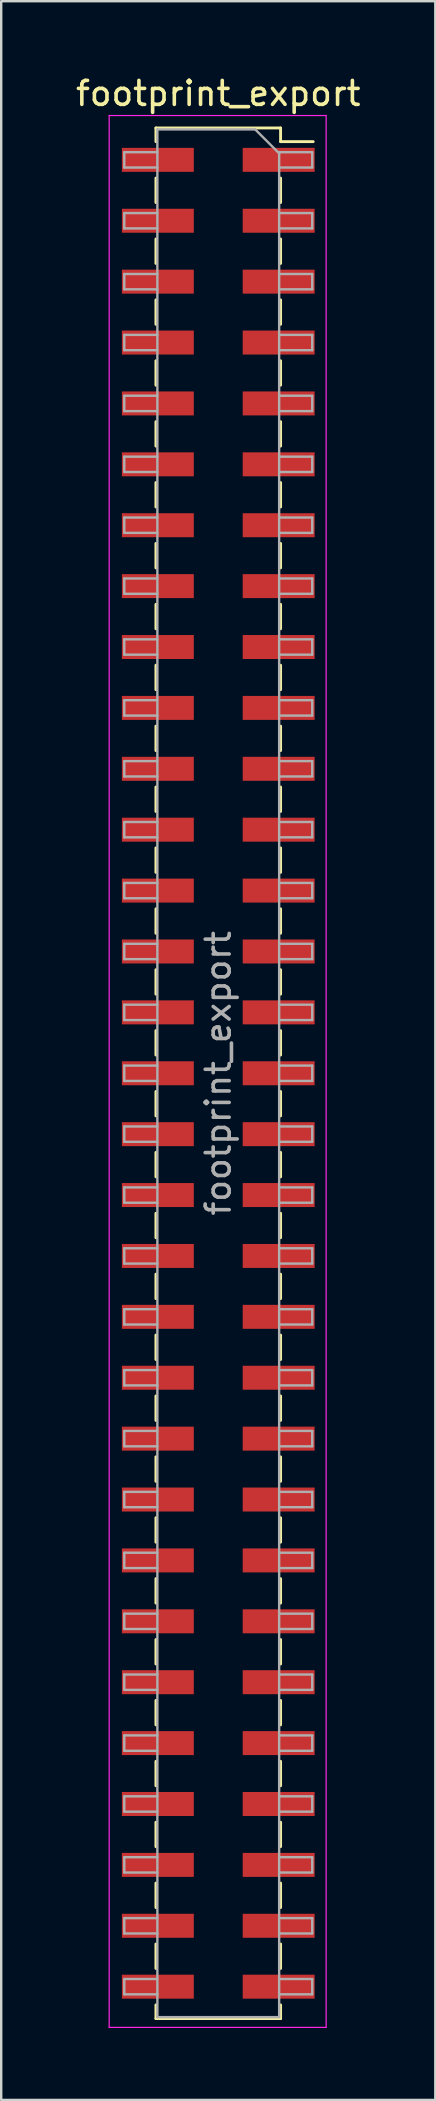
<source format=kicad_pcb>
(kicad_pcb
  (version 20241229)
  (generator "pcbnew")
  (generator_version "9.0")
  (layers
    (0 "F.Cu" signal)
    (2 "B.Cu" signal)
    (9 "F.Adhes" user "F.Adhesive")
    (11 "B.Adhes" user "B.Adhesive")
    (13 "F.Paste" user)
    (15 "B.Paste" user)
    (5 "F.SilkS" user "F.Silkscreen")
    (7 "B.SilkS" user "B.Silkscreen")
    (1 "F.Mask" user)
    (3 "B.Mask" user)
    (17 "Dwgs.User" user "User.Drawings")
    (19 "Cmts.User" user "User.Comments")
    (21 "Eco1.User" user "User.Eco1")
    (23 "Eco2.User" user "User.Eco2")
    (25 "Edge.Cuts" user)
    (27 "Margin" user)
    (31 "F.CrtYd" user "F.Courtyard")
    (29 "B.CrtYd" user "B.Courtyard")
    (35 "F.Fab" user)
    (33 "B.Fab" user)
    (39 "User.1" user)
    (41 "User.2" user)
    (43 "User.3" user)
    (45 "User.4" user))
  (footprint "footprint_export"
    (layer "F.Cu")
    (at 6.054 41.718)
    (property "Reference" "footprint_export" (at 0 -40.87 0) (layer "F.SilkS") (effects (font (size 1 1) (thickness 0.15))))
    (attr smd)
    (fp_line (start -2.6 -39.43) (end -2.6 -38.86) (stroke (width 0.12) (type solid)) (layer "F.SilkS"))
    (fp_line (start -2.6 -39.43) (end 2.6 -39.43) (stroke (width 0.12) (type solid)) (layer "F.SilkS"))
    (fp_line (start -2.6 -37.34) (end -2.6 -36.32) (stroke (width 0.12) (type solid)) (layer "F.SilkS"))
    (fp_line (start -2.6 -34.8) (end -2.6 -33.78) (stroke (width 0.12) (type solid)) (layer "F.SilkS"))
    (fp_line (start -2.6 -32.26) (end -2.6 -31.24) (stroke (width 0.12) (type solid)) (layer "F.SilkS"))
    (fp_line (start -2.6 -29.72) (end -2.6 -28.7) (stroke (width 0.12) (type solid)) (layer "F.SilkS"))
    (fp_line (start -2.6 -27.18) (end -2.6 -26.16) (stroke (width 0.12) (type solid)) (layer "F.SilkS"))
    (fp_line (start -2.6 -24.64) (end -2.6 -23.62) (stroke (width 0.12) (type solid)) (layer "F.SilkS"))
    (fp_line (start -2.6 -22.1) (end -2.6 -21.08) (stroke (width 0.12) (type solid)) (layer "F.SilkS"))
    (fp_line (start -2.6 -19.56) (end -2.6 -18.54) (stroke (width 0.12) (type solid)) (layer "F.SilkS"))
    (fp_line (start -2.6 -17.02) (end -2.6 -16) (stroke (width 0.12) (type solid)) (layer "F.SilkS"))
    (fp_line (start -2.6 -14.48) (end -2.6 -13.46) (stroke (width 0.12) (type solid)) (layer "F.SilkS"))
    (fp_line (start -2.6 -11.94) (end -2.6 -10.92) (stroke (width 0.12) (type solid)) (layer "F.SilkS"))
    (fp_line (start -2.6 -9.4) (end -2.6 -8.38) (stroke (width 0.12) (type solid)) (layer "F.SilkS"))
    (fp_line (start -2.6 -6.86) (end -2.6 -5.84) (stroke (width 0.12) (type solid)) (layer "F.SilkS"))
    (fp_line (start -2.6 -4.32) (end -2.6 -3.3) (stroke (width 0.12) (type solid)) (layer "F.SilkS"))
    (fp_line (start -2.6 -1.78) (end -2.6 -0.76) (stroke (width 0.12) (type solid)) (layer "F.SilkS"))
    (fp_line (start -2.6 0.76) (end -2.6 1.78) (stroke (width 0.12) (type solid)) (layer "F.SilkS"))
    (fp_line (start -2.6 3.3) (end -2.6 4.32) (stroke (width 0.12) (type solid)) (layer "F.SilkS"))
    (fp_line (start -2.6 5.84) (end -2.6 6.86) (stroke (width 0.12) (type solid)) (layer "F.SilkS"))
    (fp_line (start -2.6 8.38) (end -2.6 9.4) (stroke (width 0.12) (type solid)) (layer "F.SilkS"))
    (fp_line (start -2.6 10.92) (end -2.6 11.94) (stroke (width 0.12) (type solid)) (layer "F.SilkS"))
    (fp_line (start -2.6 13.46) (end -2.6 14.48) (stroke (width 0.12) (type solid)) (layer "F.SilkS"))
    (fp_line (start -2.6 16) (end -2.6 17.02) (stroke (width 0.12) (type solid)) (layer "F.SilkS"))
    (fp_line (start -2.6 18.54) (end -2.6 19.56) (stroke (width 0.12) (type solid)) (layer "F.SilkS"))
    (fp_line (start -2.6 21.08) (end -2.6 22.1) (stroke (width 0.12) (type solid)) (layer "F.SilkS"))
    (fp_line (start -2.6 23.62) (end -2.6 24.64) (stroke (width 0.12) (type solid)) (layer "F.SilkS"))
    (fp_line (start -2.6 26.16) (end -2.6 27.18) (stroke (width 0.12) (type solid)) (layer "F.SilkS"))
    (fp_line (start -2.6 28.7) (end -2.6 29.72) (stroke (width 0.12) (type solid)) (layer "F.SilkS"))
    (fp_line (start -2.6 31.24) (end -2.6 32.26) (stroke (width 0.12) (type solid)) (layer "F.SilkS"))
    (fp_line (start -2.6 33.78) (end -2.6 34.8) (stroke (width 0.12) (type solid)) (layer "F.SilkS"))
    (fp_line (start -2.6 36.32) (end -2.6 37.34) (stroke (width 0.12) (type solid)) (layer "F.SilkS"))
    (fp_line (start -2.6 38.86) (end -2.6 39.43) (stroke (width 0.12) (type solid)) (layer "F.SilkS"))
    (fp_line (start -2.6 39.43) (end 2.6 39.43) (stroke (width 0.12) (type solid)) (layer "F.SilkS"))
    (fp_line (start 2.6 -39.43) (end 2.6 -38.86) (stroke (width 0.12) (type solid)) (layer "F.SilkS"))
    (fp_line (start 2.6 -38.86) (end 3.96 -38.86) (stroke (width 0.12) (type solid)) (layer "F.SilkS"))
    (fp_line (start 2.6 -37.34) (end 2.6 -36.32) (stroke (width 0.12) (type solid)) (layer "F.SilkS"))
    (fp_line (start 2.6 -34.8) (end 2.6 -33.78) (stroke (width 0.12) (type solid)) (layer "F.SilkS"))
    (fp_line (start 2.6 -32.26) (end 2.6 -31.24) (stroke (width 0.12) (type solid)) (layer "F.SilkS"))
    (fp_line (start 2.6 -29.72) (end 2.6 -28.7) (stroke (width 0.12) (type solid)) (layer "F.SilkS"))
    (fp_line (start 2.6 -27.18) (end 2.6 -26.16) (stroke (width 0.12) (type solid)) (layer "F.SilkS"))
    (fp_line (start 2.6 -24.64) (end 2.6 -23.62) (stroke (width 0.12) (type solid)) (layer "F.SilkS"))
    (fp_line (start 2.6 -22.1) (end 2.6 -21.08) (stroke (width 0.12) (type solid)) (layer "F.SilkS"))
    (fp_line (start 2.6 -19.56) (end 2.6 -18.54) (stroke (width 0.12) (type solid)) (layer "F.SilkS"))
    (fp_line (start 2.6 -17.02) (end 2.6 -16) (stroke (width 0.12) (type solid)) (layer "F.SilkS"))
    (fp_line (start 2.6 -14.48) (end 2.6 -13.46) (stroke (width 0.12) (type solid)) (layer "F.SilkS"))
    (fp_line (start 2.6 -11.94) (end 2.6 -10.92) (stroke (width 0.12) (type solid)) (layer "F.SilkS"))
    (fp_line (start 2.6 -9.4) (end 2.6 -8.38) (stroke (width 0.12) (type solid)) (layer "F.SilkS"))
    (fp_line (start 2.6 -6.86) (end 2.6 -5.84) (stroke (width 0.12) (type solid)) (layer "F.SilkS"))
    (fp_line (start 2.6 -4.32) (end 2.6 -3.3) (stroke (width 0.12) (type solid)) (layer "F.SilkS"))
    (fp_line (start 2.6 -1.78) (end 2.6 -0.76) (stroke (width 0.12) (type solid)) (layer "F.SilkS"))
    (fp_line (start 2.6 0.76) (end 2.6 1.78) (stroke (width 0.12) (type solid)) (layer "F.SilkS"))
    (fp_line (start 2.6 3.3) (end 2.6 4.32) (stroke (width 0.12) (type solid)) (layer "F.SilkS"))
    (fp_line (start 2.6 5.84) (end 2.6 6.86) (stroke (width 0.12) (type solid)) (layer "F.SilkS"))
    (fp_line (start 2.6 8.38) (end 2.6 9.4) (stroke (width 0.12) (type solid)) (layer "F.SilkS"))
    (fp_line (start 2.6 10.92) (end 2.6 11.94) (stroke (width 0.12) (type solid)) (layer "F.SilkS"))
    (fp_line (start 2.6 13.46) (end 2.6 14.48) (stroke (width 0.12) (type solid)) (layer "F.SilkS"))
    (fp_line (start 2.6 16) (end 2.6 17.02) (stroke (width 0.12) (type solid)) (layer "F.SilkS"))
    (fp_line (start 2.6 18.54) (end 2.6 19.56) (stroke (width 0.12) (type solid)) (layer "F.SilkS"))
    (fp_line (start 2.6 21.08) (end 2.6 22.1) (stroke (width 0.12) (type solid)) (layer "F.SilkS"))
    (fp_line (start 2.6 23.62) (end 2.6 24.64) (stroke (width 0.12) (type solid)) (layer "F.SilkS"))
    (fp_line (start 2.6 26.16) (end 2.6 27.18) (stroke (width 0.12) (type solid)) (layer "F.SilkS"))
    (fp_line (start 2.6 28.7) (end 2.6 29.72) (stroke (width 0.12) (type solid)) (layer "F.SilkS"))
    (fp_line (start 2.6 31.24) (end 2.6 32.26) (stroke (width 0.12) (type solid)) (layer "F.SilkS"))
    (fp_line (start 2.6 33.78) (end 2.6 34.8) (stroke (width 0.12) (type solid)) (layer "F.SilkS"))
    (fp_line (start 2.6 36.32) (end 2.6 37.34) (stroke (width 0.12) (type solid)) (layer "F.SilkS"))
    (fp_line (start 2.6 38.86) (end 2.6 39.43) (stroke (width 0.12) (type solid)) (layer "F.SilkS"))
    (fp_line (start -4.55 -39.95) (end 4.5 -39.95) (stroke (width 0.05) (type solid)) (layer "F.CrtYd"))
    (fp_line (start -4.55 39.8) (end -4.55 -39.95) (stroke (width 0.05) (type solid)) (layer "F.CrtYd"))
    (fp_line (start 4.5 -39.95) (end 4.5 39.8) (stroke (width 0.05) (type solid)) (layer "F.CrtYd"))
    (fp_line (start 4.5 39.8) (end -4.55 39.8) (stroke (width 0.05) (type solid)) (layer "F.CrtYd"))
    (fp_line (start -3.92 -38.42) (end -2.54 -38.42) (stroke (width 0.1) (type solid)) (layer "F.Fab"))
    (fp_line (start -3.92 -37.78) (end -3.92 -38.42) (stroke (width 0.1) (type solid)) (layer "F.Fab"))
    (fp_line (start -3.92 -35.88) (end -2.54 -35.88) (stroke (width 0.1) (type solid)) (layer "F.Fab"))
    (fp_line (start -3.92 -35.24) (end -3.92 -35.88) (stroke (width 0.1) (type solid)) (layer "F.Fab"))
    (fp_line (start -3.92 -33.34) (end -2.54 -33.34) (stroke (width 0.1) (type solid)) (layer "F.Fab"))
    (fp_line (start -3.92 -32.7) (end -3.92 -33.34) (stroke (width 0.1) (type solid)) (layer "F.Fab"))
    (fp_line (start -3.92 -30.8) (end -2.54 -30.8) (stroke (width 0.1) (type solid)) (layer "F.Fab"))
    (fp_line (start -3.92 -30.16) (end -3.92 -30.8) (stroke (width 0.1) (type solid)) (layer "F.Fab"))
    (fp_line (start -3.92 -28.26) (end -2.54 -28.26) (stroke (width 0.1) (type solid)) (layer "F.Fab"))
    (fp_line (start -3.92 -27.62) (end -3.92 -28.26) (stroke (width 0.1) (type solid)) (layer "F.Fab"))
    (fp_line (start -3.92 -25.72) (end -2.54 -25.72) (stroke (width 0.1) (type solid)) (layer "F.Fab"))
    (fp_line (start -3.92 -25.08) (end -3.92 -25.72) (stroke (width 0.1) (type solid)) (layer "F.Fab"))
    (fp_line (start -3.92 -23.18) (end -2.54 -23.18) (stroke (width 0.1) (type solid)) (layer "F.Fab"))
    (fp_line (start -3.92 -22.54) (end -3.92 -23.18) (stroke (width 0.1) (type solid)) (layer "F.Fab"))
    (fp_line (start -3.92 -20.64) (end -2.54 -20.64) (stroke (width 0.1) (type solid)) (layer "F.Fab"))
    (fp_line (start -3.92 -20) (end -3.92 -20.64) (stroke (width 0.1) (type solid)) (layer "F.Fab"))
    (fp_line (start -3.92 -18.1) (end -2.54 -18.1) (stroke (width 0.1) (type solid)) (layer "F.Fab"))
    (fp_line (start -3.92 -17.46) (end -3.92 -18.1) (stroke (width 0.1) (type solid)) (layer "F.Fab"))
    (fp_line (start -3.92 -15.56) (end -2.54 -15.56) (stroke (width 0.1) (type solid)) (layer "F.Fab"))
    (fp_line (start -3.92 -14.92) (end -3.92 -15.56) (stroke (width 0.1) (type solid)) (layer "F.Fab"))
    (fp_line (start -3.92 -13.02) (end -2.54 -13.02) (stroke (width 0.1) (type solid)) (layer "F.Fab"))
    (fp_line (start -3.92 -12.38) (end -3.92 -13.02) (stroke (width 0.1) (type solid)) (layer "F.Fab"))
    (fp_line (start -3.92 -10.48) (end -2.54 -10.48) (stroke (width 0.1) (type solid)) (layer "F.Fab"))
    (fp_line (start -3.92 -9.84) (end -3.92 -10.48) (stroke (width 0.1) (type solid)) (layer "F.Fab"))
    (fp_line (start -3.92 -7.94) (end -2.54 -7.94) (stroke (width 0.1) (type solid)) (layer "F.Fab"))
    (fp_line (start -3.92 -7.3) (end -3.92 -7.94) (stroke (width 0.1) (type solid)) (layer "F.Fab"))
    (fp_line (start -3.92 -5.4) (end -2.54 -5.4) (stroke (width 0.1) (type solid)) (layer "F.Fab"))
    (fp_line (start -3.92 -4.76) (end -3.92 -5.4) (stroke (width 0.1) (type solid)) (layer "F.Fab"))
    (fp_line (start -3.92 -2.86) (end -2.54 -2.86) (stroke (width 0.1) (type solid)) (layer "F.Fab"))
    (fp_line (start -3.92 -2.22) (end -3.92 -2.86) (stroke (width 0.1) (type solid)) (layer "F.Fab"))
    (fp_line (start -3.92 -0.32) (end -2.54 -0.32) (stroke (width 0.1) (type solid)) (layer "F.Fab"))
    (fp_line (start -3.92 0.32) (end -3.92 -0.32) (stroke (width 0.1) (type solid)) (layer "F.Fab"))
    (fp_line (start -3.92 2.22) (end -2.54 2.22) (stroke (width 0.1) (type solid)) (layer "F.Fab"))
    (fp_line (start -3.92 2.86) (end -3.92 2.22) (stroke (width 0.1) (type solid)) (layer "F.Fab"))
    (fp_line (start -3.92 4.76) (end -2.54 4.76) (stroke (width 0.1) (type solid)) (layer "F.Fab"))
    (fp_line (start -3.92 5.4) (end -3.92 4.76) (stroke (width 0.1) (type solid)) (layer "F.Fab"))
    (fp_line (start -3.92 7.3) (end -2.54 7.3) (stroke (width 0.1) (type solid)) (layer "F.Fab"))
    (fp_line (start -3.92 7.94) (end -3.92 7.3) (stroke (width 0.1) (type solid)) (layer "F.Fab"))
    (fp_line (start -3.92 9.84) (end -2.54 9.84) (stroke (width 0.1) (type solid)) (layer "F.Fab"))
    (fp_line (start -3.92 10.48) (end -3.92 9.84) (stroke (width 0.1) (type solid)) (layer "F.Fab"))
    (fp_line (start -3.92 12.38) (end -2.54 12.38) (stroke (width 0.1) (type solid)) (layer "F.Fab"))
    (fp_line (start -3.92 13.02) (end -3.92 12.38) (stroke (width 0.1) (type solid)) (layer "F.Fab"))
    (fp_line (start -3.92 14.92) (end -2.54 14.92) (stroke (width 0.1) (type solid)) (layer "F.Fab"))
    (fp_line (start -3.92 15.56) (end -3.92 14.92) (stroke (width 0.1) (type solid)) (layer "F.Fab"))
    (fp_line (start -3.92 17.46) (end -2.54 17.46) (stroke (width 0.1) (type solid)) (layer "F.Fab"))
    (fp_line (start -3.92 18.1) (end -3.92 17.46) (stroke (width 0.1) (type solid)) (layer "F.Fab"))
    (fp_line (start -3.92 20) (end -2.54 20) (stroke (width 0.1) (type solid)) (layer "F.Fab"))
    (fp_line (start -3.92 20.64) (end -3.92 20) (stroke (width 0.1) (type solid)) (layer "F.Fab"))
    (fp_line (start -3.92 22.54) (end -2.54 22.54) (stroke (width 0.1) (type solid)) (layer "F.Fab"))
    (fp_line (start -3.92 23.18) (end -3.92 22.54) (stroke (width 0.1) (type solid)) (layer "F.Fab"))
    (fp_line (start -3.92 25.08) (end -2.54 25.08) (stroke (width 0.1) (type solid)) (layer "F.Fab"))
    (fp_line (start -3.92 25.72) (end -3.92 25.08) (stroke (width 0.1) (type solid)) (layer "F.Fab"))
    (fp_line (start -3.92 27.62) (end -2.54 27.62) (stroke (width 0.1) (type solid)) (layer "F.Fab"))
    (fp_line (start -3.92 28.26) (end -3.92 27.62) (stroke (width 0.1) (type solid)) (layer "F.Fab"))
    (fp_line (start -3.92 30.16) (end -2.54 30.16) (stroke (width 0.1) (type solid)) (layer "F.Fab"))
    (fp_line (start -3.92 30.8) (end -3.92 30.16) (stroke (width 0.1) (type solid)) (layer "F.Fab"))
    (fp_line (start -3.92 32.7) (end -2.54 32.7) (stroke (width 0.1) (type solid)) (layer "F.Fab"))
    (fp_line (start -3.92 33.34) (end -3.92 32.7) (stroke (width 0.1) (type solid)) (layer "F.Fab"))
    (fp_line (start -3.92 35.24) (end -2.54 35.24) (stroke (width 0.1) (type solid)) (layer "F.Fab"))
    (fp_line (start -3.92 35.88) (end -3.92 35.24) (stroke (width 0.1) (type solid)) (layer "F.Fab"))
    (fp_line (start -3.92 37.78) (end -2.54 37.78) (stroke (width 0.1) (type solid)) (layer "F.Fab"))
    (fp_line (start -3.92 38.42) (end -3.92 37.78) (stroke (width 0.1) (type solid)) (layer "F.Fab"))
    (fp_line (start -2.54 -39.37) (end 1.54 -39.37) (stroke (width 0.1) (type solid)) (layer "F.Fab"))
    (fp_line (start -2.54 -37.78) (end -3.92 -37.78) (stroke (width 0.1) (type solid)) (layer "F.Fab"))
    (fp_line (start -2.54 -35.24) (end -3.92 -35.24) (stroke (width 0.1) (type solid)) (layer "F.Fab"))
    (fp_line (start -2.54 -32.7) (end -3.92 -32.7) (stroke (width 0.1) (type solid)) (layer "F.Fab"))
    (fp_line (start -2.54 -30.16) (end -3.92 -30.16) (stroke (width 0.1) (type solid)) (layer "F.Fab"))
    (fp_line (start -2.54 -27.62) (end -3.92 -27.62) (stroke (width 0.1) (type solid)) (layer "F.Fab"))
    (fp_line (start -2.54 -25.08) (end -3.92 -25.08) (stroke (width 0.1) (type solid)) (layer "F.Fab"))
    (fp_line (start -2.54 -22.54) (end -3.92 -22.54) (stroke (width 0.1) (type solid)) (layer "F.Fab"))
    (fp_line (start -2.54 -20) (end -3.92 -20) (stroke (width 0.1) (type solid)) (layer "F.Fab"))
    (fp_line (start -2.54 -17.46) (end -3.92 -17.46) (stroke (width 0.1) (type solid)) (layer "F.Fab"))
    (fp_line (start -2.54 -14.92) (end -3.92 -14.92) (stroke (width 0.1) (type solid)) (layer "F.Fab"))
    (fp_line (start -2.54 -12.38) (end -3.92 -12.38) (stroke (width 0.1) (type solid)) (layer "F.Fab"))
    (fp_line (start -2.54 -9.84) (end -3.92 -9.84) (stroke (width 0.1) (type solid)) (layer "F.Fab"))
    (fp_line (start -2.54 -7.3) (end -3.92 -7.3) (stroke (width 0.1) (type solid)) (layer "F.Fab"))
    (fp_line (start -2.54 -4.76) (end -3.92 -4.76) (stroke (width 0.1) (type solid)) (layer "F.Fab"))
    (fp_line (start -2.54 -2.22) (end -3.92 -2.22) (stroke (width 0.1) (type solid)) (layer "F.Fab"))
    (fp_line (start -2.54 0.32) (end -3.92 0.32) (stroke (width 0.1) (type solid)) (layer "F.Fab"))
    (fp_line (start -2.54 2.86) (end -3.92 2.86) (stroke (width 0.1) (type solid)) (layer "F.Fab"))
    (fp_line (start -2.54 5.4) (end -3.92 5.4) (stroke (width 0.1) (type solid)) (layer "F.Fab"))
    (fp_line (start -2.54 7.94) (end -3.92 7.94) (stroke (width 0.1) (type solid)) (layer "F.Fab"))
    (fp_line (start -2.54 10.48) (end -3.92 10.48) (stroke (width 0.1) (type solid)) (layer "F.Fab"))
    (fp_line (start -2.54 13.02) (end -3.92 13.02) (stroke (width 0.1) (type solid)) (layer "F.Fab"))
    (fp_line (start -2.54 15.56) (end -3.92 15.56) (stroke (width 0.1) (type solid)) (layer "F.Fab"))
    (fp_line (start -2.54 18.1) (end -3.92 18.1) (stroke (width 0.1) (type solid)) (layer "F.Fab"))
    (fp_line (start -2.54 20.64) (end -3.92 20.64) (stroke (width 0.1) (type solid)) (layer "F.Fab"))
    (fp_line (start -2.54 23.18) (end -3.92 23.18) (stroke (width 0.1) (type solid)) (layer "F.Fab"))
    (fp_line (start -2.54 25.72) (end -3.92 25.72) (stroke (width 0.1) (type solid)) (layer "F.Fab"))
    (fp_line (start -2.54 28.26) (end -3.92 28.26) (stroke (width 0.1) (type solid)) (layer "F.Fab"))
    (fp_line (start -2.54 30.8) (end -3.92 30.8) (stroke (width 0.1) (type solid)) (layer "F.Fab"))
    (fp_line (start -2.54 33.34) (end -3.92 33.34) (stroke (width 0.1) (type solid)) (layer "F.Fab"))
    (fp_line (start -2.54 35.88) (end -3.92 35.88) (stroke (width 0.1) (type solid)) (layer "F.Fab"))
    (fp_line (start -2.54 38.42) (end -3.92 38.42) (stroke (width 0.1) (type solid)) (layer "F.Fab"))
    (fp_line (start -2.54 39.37) (end -2.54 -39.37) (stroke (width 0.1) (type solid)) (layer "F.Fab"))
    (fp_line (start 1.54 -39.37) (end 2.54 -38.37) (stroke (width 0.1) (type solid)) (layer "F.Fab"))
    (fp_line (start 2.54 -38.42) (end 3.92 -38.42) (stroke (width 0.1) (type solid)) (layer "F.Fab"))
    (fp_line (start 2.54 -38.37) (end 2.54 39.37) (stroke (width 0.1) (type solid)) (layer "F.Fab"))
    (fp_line (start 2.54 -35.88) (end 3.92 -35.88) (stroke (width 0.1) (type solid)) (layer "F.Fab"))
    (fp_line (start 2.54 -33.34) (end 3.92 -33.34) (stroke (width 0.1) (type solid)) (layer "F.Fab"))
    (fp_line (start 2.54 -30.8) (end 3.92 -30.8) (stroke (width 0.1) (type solid)) (layer "F.Fab"))
    (fp_line (start 2.54 -28.26) (end 3.92 -28.26) (stroke (width 0.1) (type solid)) (layer "F.Fab"))
    (fp_line (start 2.54 -25.72) (end 3.92 -25.72) (stroke (width 0.1) (type solid)) (layer "F.Fab"))
    (fp_line (start 2.54 -23.18) (end 3.92 -23.18) (stroke (width 0.1) (type solid)) (layer "F.Fab"))
    (fp_line (start 2.54 -20.64) (end 3.92 -20.64) (stroke (width 0.1) (type solid)) (layer "F.Fab"))
    (fp_line (start 2.54 -18.1) (end 3.92 -18.1) (stroke (width 0.1) (type solid)) (layer "F.Fab"))
    (fp_line (start 2.54 -15.56) (end 3.92 -15.56) (stroke (width 0.1) (type solid)) (layer "F.Fab"))
    (fp_line (start 2.54 -13.02) (end 3.92 -13.02) (stroke (width 0.1) (type solid)) (layer "F.Fab"))
    (fp_line (start 2.54 -10.48) (end 3.92 -10.48) (stroke (width 0.1) (type solid)) (layer "F.Fab"))
    (fp_line (start 2.54 -7.94) (end 3.92 -7.94) (stroke (width 0.1) (type solid)) (layer "F.Fab"))
    (fp_line (start 2.54 -5.4) (end 3.92 -5.4) (stroke (width 0.1) (type solid)) (layer "F.Fab"))
    (fp_line (start 2.54 -2.86) (end 3.92 -2.86) (stroke (width 0.1) (type solid)) (layer "F.Fab"))
    (fp_line (start 2.54 -0.32) (end 3.92 -0.32) (stroke (width 0.1) (type solid)) (layer "F.Fab"))
    (fp_line (start 2.54 2.22) (end 3.92 2.22) (stroke (width 0.1) (type solid)) (layer "F.Fab"))
    (fp_line (start 2.54 4.76) (end 3.92 4.76) (stroke (width 0.1) (type solid)) (layer "F.Fab"))
    (fp_line (start 2.54 7.3) (end 3.92 7.3) (stroke (width 0.1) (type solid)) (layer "F.Fab"))
    (fp_line (start 2.54 9.84) (end 3.92 9.84) (stroke (width 0.1) (type solid)) (layer "F.Fab"))
    (fp_line (start 2.54 12.38) (end 3.92 12.38) (stroke (width 0.1) (type solid)) (layer "F.Fab"))
    (fp_line (start 2.54 14.92) (end 3.92 14.92) (stroke (width 0.1) (type solid)) (layer "F.Fab"))
    (fp_line (start 2.54 17.46) (end 3.92 17.46) (stroke (width 0.1) (type solid)) (layer "F.Fab"))
    (fp_line (start 2.54 20) (end 3.92 20) (stroke (width 0.1) (type solid)) (layer "F.Fab"))
    (fp_line (start 2.54 22.54) (end 3.92 22.54) (stroke (width 0.1) (type solid)) (layer "F.Fab"))
    (fp_line (start 2.54 25.08) (end 3.92 25.08) (stroke (width 0.1) (type solid)) (layer "F.Fab"))
    (fp_line (start 2.54 27.62) (end 3.92 27.62) (stroke (width 0.1) (type solid)) (layer "F.Fab"))
    (fp_line (start 2.54 30.16) (end 3.92 30.16) (stroke (width 0.1) (type solid)) (layer "F.Fab"))
    (fp_line (start 2.54 32.7) (end 3.92 32.7) (stroke (width 0.1) (type solid)) (layer "F.Fab"))
    (fp_line (start 2.54 35.24) (end 3.92 35.24) (stroke (width 0.1) (type solid)) (layer "F.Fab"))
    (fp_line (start 2.54 37.78) (end 3.92 37.78) (stroke (width 0.1) (type solid)) (layer "F.Fab"))
    (fp_line (start 2.54 39.37) (end -2.54 39.37) (stroke (width 0.1) (type solid)) (layer "F.Fab"))
    (fp_line (start 3.92 -38.42) (end 3.92 -37.78) (stroke (width 0.1) (type solid)) (layer "F.Fab"))
    (fp_line (start 3.92 -37.78) (end 2.54 -37.78) (stroke (width 0.1) (type solid)) (layer "F.Fab"))
    (fp_line (start 3.92 -35.88) (end 3.92 -35.24) (stroke (width 0.1) (type solid)) (layer "F.Fab"))
    (fp_line (start 3.92 -35.24) (end 2.54 -35.24) (stroke (width 0.1) (type solid)) (layer "F.Fab"))
    (fp_line (start 3.92 -33.34) (end 3.92 -32.7) (stroke (width 0.1) (type solid)) (layer "F.Fab"))
    (fp_line (start 3.92 -32.7) (end 2.54 -32.7) (stroke (width 0.1) (type solid)) (layer "F.Fab"))
    (fp_line (start 3.92 -30.8) (end 3.92 -30.16) (stroke (width 0.1) (type solid)) (layer "F.Fab"))
    (fp_line (start 3.92 -30.16) (end 2.54 -30.16) (stroke (width 0.1) (type solid)) (layer "F.Fab"))
    (fp_line (start 3.92 -28.26) (end 3.92 -27.62) (stroke (width 0.1) (type solid)) (layer "F.Fab"))
    (fp_line (start 3.92 -27.62) (end 2.54 -27.62) (stroke (width 0.1) (type solid)) (layer "F.Fab"))
    (fp_line (start 3.92 -25.72) (end 3.92 -25.08) (stroke (width 0.1) (type solid)) (layer "F.Fab"))
    (fp_line (start 3.92 -25.08) (end 2.54 -25.08) (stroke (width 0.1) (type solid)) (layer "F.Fab"))
    (fp_line (start 3.92 -23.18) (end 3.92 -22.54) (stroke (width 0.1) (type solid)) (layer "F.Fab"))
    (fp_line (start 3.92 -22.54) (end 2.54 -22.54) (stroke (width 0.1) (type solid)) (layer "F.Fab"))
    (fp_line (start 3.92 -20.64) (end 3.92 -20) (stroke (width 0.1) (type solid)) (layer "F.Fab"))
    (fp_line (start 3.92 -20) (end 2.54 -20) (stroke (width 0.1) (type solid)) (layer "F.Fab"))
    (fp_line (start 3.92 -18.1) (end 3.92 -17.46) (stroke (width 0.1) (type solid)) (layer "F.Fab"))
    (fp_line (start 3.92 -17.46) (end 2.54 -17.46) (stroke (width 0.1) (type solid)) (layer "F.Fab"))
    (fp_line (start 3.92 -15.56) (end 3.92 -14.92) (stroke (width 0.1) (type solid)) (layer "F.Fab"))
    (fp_line (start 3.92 -14.92) (end 2.54 -14.92) (stroke (width 0.1) (type solid)) (layer "F.Fab"))
    (fp_line (start 3.92 -13.02) (end 3.92 -12.38) (stroke (width 0.1) (type solid)) (layer "F.Fab"))
    (fp_line (start 3.92 -12.38) (end 2.54 -12.38) (stroke (width 0.1) (type solid)) (layer "F.Fab"))
    (fp_line (start 3.92 -10.48) (end 3.92 -9.84) (stroke (width 0.1) (type solid)) (layer "F.Fab"))
    (fp_line (start 3.92 -9.84) (end 2.54 -9.84) (stroke (width 0.1) (type solid)) (layer "F.Fab"))
    (fp_line (start 3.92 -7.94) (end 3.92 -7.3) (stroke (width 0.1) (type solid)) (layer "F.Fab"))
    (fp_line (start 3.92 -7.3) (end 2.54 -7.3) (stroke (width 0.1) (type solid)) (layer "F.Fab"))
    (fp_line (start 3.92 -5.4) (end 3.92 -4.76) (stroke (width 0.1) (type solid)) (layer "F.Fab"))
    (fp_line (start 3.92 -4.76) (end 2.54 -4.76) (stroke (width 0.1) (type solid)) (layer "F.Fab"))
    (fp_line (start 3.92 -2.86) (end 3.92 -2.22) (stroke (width 0.1) (type solid)) (layer "F.Fab"))
    (fp_line (start 3.92 -2.22) (end 2.54 -2.22) (stroke (width 0.1) (type solid)) (layer "F.Fab"))
    (fp_line (start 3.92 -0.32) (end 3.92 0.32) (stroke (width 0.1) (type solid)) (layer "F.Fab"))
    (fp_line (start 3.92 0.32) (end 2.54 0.32) (stroke (width 0.1) (type solid)) (layer "F.Fab"))
    (fp_line (start 3.92 2.22) (end 3.92 2.86) (stroke (width 0.1) (type solid)) (layer "F.Fab"))
    (fp_line (start 3.92 2.86) (end 2.54 2.86) (stroke (width 0.1) (type solid)) (layer "F.Fab"))
    (fp_line (start 3.92 4.76) (end 3.92 5.4) (stroke (width 0.1) (type solid)) (layer "F.Fab"))
    (fp_line (start 3.92 5.4) (end 2.54 5.4) (stroke (width 0.1) (type solid)) (layer "F.Fab"))
    (fp_line (start 3.92 7.3) (end 3.92 7.94) (stroke (width 0.1) (type solid)) (layer "F.Fab"))
    (fp_line (start 3.92 7.94) (end 2.54 7.94) (stroke (width 0.1) (type solid)) (layer "F.Fab"))
    (fp_line (start 3.92 9.84) (end 3.92 10.48) (stroke (width 0.1) (type solid)) (layer "F.Fab"))
    (fp_line (start 3.92 10.48) (end 2.54 10.48) (stroke (width 0.1) (type solid)) (layer "F.Fab"))
    (fp_line (start 3.92 12.38) (end 3.92 13.02) (stroke (width 0.1) (type solid)) (layer "F.Fab"))
    (fp_line (start 3.92 13.02) (end 2.54 13.02) (stroke (width 0.1) (type solid)) (layer "F.Fab"))
    (fp_line (start 3.92 14.92) (end 3.92 15.56) (stroke (width 0.1) (type solid)) (layer "F.Fab"))
    (fp_line (start 3.92 15.56) (end 2.54 15.56) (stroke (width 0.1) (type solid)) (layer "F.Fab"))
    (fp_line (start 3.92 17.46) (end 3.92 18.1) (stroke (width 0.1) (type solid)) (layer "F.Fab"))
    (fp_line (start 3.92 18.1) (end 2.54 18.1) (stroke (width 0.1) (type solid)) (layer "F.Fab"))
    (fp_line (start 3.92 20) (end 3.92 20.64) (stroke (width 0.1) (type solid)) (layer "F.Fab"))
    (fp_line (start 3.92 20.64) (end 2.54 20.64) (stroke (width 0.1) (type solid)) (layer "F.Fab"))
    (fp_line (start 3.92 22.54) (end 3.92 23.18) (stroke (width 0.1) (type solid)) (layer "F.Fab"))
    (fp_line (start 3.92 23.18) (end 2.54 23.18) (stroke (width 0.1) (type solid)) (layer "F.Fab"))
    (fp_line (start 3.92 25.08) (end 3.92 25.72) (stroke (width 0.1) (type solid)) (layer "F.Fab"))
    (fp_line (start 3.92 25.72) (end 2.54 25.72) (stroke (width 0.1) (type solid)) (layer "F.Fab"))
    (fp_line (start 3.92 27.62) (end 3.92 28.26) (stroke (width 0.1) (type solid)) (layer "F.Fab"))
    (fp_line (start 3.92 28.26) (end 2.54 28.26) (stroke (width 0.1) (type solid)) (layer "F.Fab"))
    (fp_line (start 3.92 30.16) (end 3.92 30.8) (stroke (width 0.1) (type solid)) (layer "F.Fab"))
    (fp_line (start 3.92 30.8) (end 2.54 30.8) (stroke (width 0.1) (type solid)) (layer "F.Fab"))
    (fp_line (start 3.92 32.7) (end 3.92 33.34) (stroke (width 0.1) (type solid)) (layer "F.Fab"))
    (fp_line (start 3.92 33.34) (end 2.54 33.34) (stroke (width 0.1) (type solid)) (layer "F.Fab"))
    (fp_line (start 3.92 35.24) (end 3.92 35.88) (stroke (width 0.1) (type solid)) (layer "F.Fab"))
    (fp_line (start 3.92 35.88) (end 2.54 35.88) (stroke (width 0.1) (type solid)) (layer "F.Fab"))
    (fp_line (start 3.92 37.78) (end 3.92 38.42) (stroke (width 0.1) (type solid)) (layer "F.Fab"))
    (fp_line (start 3.92 38.42) (end 2.54 38.42) (stroke (width 0.1) (type solid)) (layer "F.Fab"))
    (fp_text user "${REFERENCE}" (at 0 0 90) (layer "F.Fab") (effects (font (size 1 1) (thickness 0.15))))
    (pad "1" smd rect (at 2.52 -38.1) (size 3 1) (layers "F.Cu" "F.Mask" "F.Paste"))
    (pad "2" smd rect (at -2.52 -38.1) (size 3 1) (layers "F.Cu" "F.Mask" "F.Paste"))
    (pad "3" smd rect (at 2.52 -35.56) (size 3 1) (layers "F.Cu" "F.Mask" "F.Paste"))
    (pad "4" smd rect (at -2.52 -35.56) (size 3 1) (layers "F.Cu" "F.Mask" "F.Paste"))
    (pad "5" smd rect (at 2.52 -33.02) (size 3 1) (layers "F.Cu" "F.Mask" "F.Paste"))
    (pad "6" smd rect (at -2.52 -33.02) (size 3 1) (layers "F.Cu" "F.Mask" "F.Paste"))
    (pad "7" smd rect (at 2.52 -30.48) (size 3 1) (layers "F.Cu" "F.Mask" "F.Paste"))
    (pad "8" smd rect (at -2.52 -30.48) (size 3 1) (layers "F.Cu" "F.Mask" "F.Paste"))
    (pad "9" smd rect (at 2.52 -27.94) (size 3 1) (layers "F.Cu" "F.Mask" "F.Paste"))
    (pad "10" smd rect (at -2.52 -27.94) (size 3 1) (layers "F.Cu" "F.Mask" "F.Paste"))
    (pad "11" smd rect (at 2.52 -25.4) (size 3 1) (layers "F.Cu" "F.Mask" "F.Paste"))
    (pad "12" smd rect (at -2.52 -25.4) (size 3 1) (layers "F.Cu" "F.Mask" "F.Paste"))
    (pad "13" smd rect (at 2.52 -22.86) (size 3 1) (layers "F.Cu" "F.Mask" "F.Paste"))
    (pad "14" smd rect (at -2.52 -22.86) (size 3 1) (layers "F.Cu" "F.Mask" "F.Paste"))
    (pad "15" smd rect (at 2.52 -20.32) (size 3 1) (layers "F.Cu" "F.Mask" "F.Paste"))
    (pad "16" smd rect (at -2.52 -20.32) (size 3 1) (layers "F.Cu" "F.Mask" "F.Paste"))
    (pad "17" smd rect (at 2.52 -17.78) (size 3 1) (layers "F.Cu" "F.Mask" "F.Paste"))
    (pad "18" smd rect (at -2.52 -17.78) (size 3 1) (layers "F.Cu" "F.Mask" "F.Paste"))
    (pad "19" smd rect (at 2.52 -15.24) (size 3 1) (layers "F.Cu" "F.Mask" "F.Paste"))
    (pad "20" smd rect (at -2.52 -15.24) (size 3 1) (layers "F.Cu" "F.Mask" "F.Paste"))
    (pad "21" smd rect (at 2.52 -12.7) (size 3 1) (layers "F.Cu" "F.Mask" "F.Paste"))
    (pad "22" smd rect (at -2.52 -12.7) (size 3 1) (layers "F.Cu" "F.Mask" "F.Paste"))
    (pad "23" smd rect (at 2.52 -10.16) (size 3 1) (layers "F.Cu" "F.Mask" "F.Paste"))
    (pad "24" smd rect (at -2.52 -10.16) (size 3 1) (layers "F.Cu" "F.Mask" "F.Paste"))
    (pad "25" smd rect (at 2.52 -7.62) (size 3 1) (layers "F.Cu" "F.Mask" "F.Paste"))
    (pad "26" smd rect (at -2.52 -7.62) (size 3 1) (layers "F.Cu" "F.Mask" "F.Paste"))
    (pad "27" smd rect (at 2.52 -5.08) (size 3 1) (layers "F.Cu" "F.Mask" "F.Paste"))
    (pad "28" smd rect (at -2.52 -5.08) (size 3 1) (layers "F.Cu" "F.Mask" "F.Paste"))
    (pad "29" smd rect (at 2.52 -2.54) (size 3 1) (layers "F.Cu" "F.Mask" "F.Paste"))
    (pad "30" smd rect (at -2.52 -2.54) (size 3 1) (layers "F.Cu" "F.Mask" "F.Paste"))
    (pad "31" smd rect (at 2.52 0) (size 3 1) (layers "F.Cu" "F.Mask" "F.Paste"))
    (pad "32" smd rect (at -2.52 0) (size 3 1) (layers "F.Cu" "F.Mask" "F.Paste"))
    (pad "33" smd rect (at 2.52 2.54) (size 3 1) (layers "F.Cu" "F.Mask" "F.Paste"))
    (pad "34" smd rect (at -2.52 2.54) (size 3 1) (layers "F.Cu" "F.Mask" "F.Paste"))
    (pad "35" smd rect (at 2.52 5.08) (size 3 1) (layers "F.Cu" "F.Mask" "F.Paste"))
    (pad "36" smd rect (at -2.52 5.08) (size 3 1) (layers "F.Cu" "F.Mask" "F.Paste"))
    (pad "37" smd rect (at 2.52 7.62) (size 3 1) (layers "F.Cu" "F.Mask" "F.Paste"))
    (pad "38" smd rect (at -2.52 7.62) (size 3 1) (layers "F.Cu" "F.Mask" "F.Paste"))
    (pad "39" smd rect (at 2.52 10.16) (size 3 1) (layers "F.Cu" "F.Mask" "F.Paste"))
    (pad "40" smd rect (at -2.52 10.16) (size 3 1) (layers "F.Cu" "F.Mask" "F.Paste"))
    (pad "41" smd rect (at 2.52 12.7) (size 3 1) (layers "F.Cu" "F.Mask" "F.Paste"))
    (pad "42" smd rect (at -2.52 12.7) (size 3 1) (layers "F.Cu" "F.Mask" "F.Paste"))
    (pad "43" smd rect (at 2.52 15.24) (size 3 1) (layers "F.Cu" "F.Mask" "F.Paste"))
    (pad "44" smd rect (at -2.52 15.24) (size 3 1) (layers "F.Cu" "F.Mask" "F.Paste"))
    (pad "45" smd rect (at 2.52 17.78) (size 3 1) (layers "F.Cu" "F.Mask" "F.Paste"))
    (pad "46" smd rect (at -2.52 17.78) (size 3 1) (layers "F.Cu" "F.Mask" "F.Paste"))
    (pad "47" smd rect (at 2.52 20.32) (size 3 1) (layers "F.Cu" "F.Mask" "F.Paste"))
    (pad "48" smd rect (at -2.52 20.32) (size 3 1) (layers "F.Cu" "F.Mask" "F.Paste"))
    (pad "49" smd rect (at 2.52 22.86) (size 3 1) (layers "F.Cu" "F.Mask" "F.Paste"))
    (pad "50" smd rect (at -2.52 22.86) (size 3 1) (layers "F.Cu" "F.Mask" "F.Paste"))
    (pad "51" smd rect (at 2.52 25.4) (size 3 1) (layers "F.Cu" "F.Mask" "F.Paste"))
    (pad "52" smd rect (at -2.52 25.4) (size 3 1) (layers "F.Cu" "F.Mask" "F.Paste"))
    (pad "53" smd rect (at 2.52 27.94) (size 3 1) (layers "F.Cu" "F.Mask" "F.Paste"))
    (pad "54" smd rect (at -2.52 27.94) (size 3 1) (layers "F.Cu" "F.Mask" "F.Paste"))
    (pad "55" smd rect (at 2.52 30.48) (size 3 1) (layers "F.Cu" "F.Mask" "F.Paste"))
    (pad "56" smd rect (at -2.52 30.48) (size 3 1) (layers "F.Cu" "F.Mask" "F.Paste"))
    (pad "57" smd rect (at 2.52 33.02) (size 3 1) (layers "F.Cu" "F.Mask" "F.Paste"))
    (pad "58" smd rect (at -2.52 33.02) (size 3 1) (layers "F.Cu" "F.Mask" "F.Paste"))
    (pad "59" smd rect (at 2.52 35.56) (size 3 1) (layers "F.Cu" "F.Mask" "F.Paste"))
    (pad "60" smd rect (at -2.52 35.56) (size 3 1) (layers "F.Cu" "F.Mask" "F.Paste"))
    (pad "61" smd rect (at 2.52 38.1) (size 3 1) (layers "F.Cu" "F.Mask" "F.Paste"))
    (pad "62" smd rect (at -2.52 38.1) (size 3 1) (layers "F.Cu" "F.Mask" "F.Paste")))
  (gr_rect
    (start -3 -3)
    (end 15.107 84.543)
    (stroke (width 0.1) (type default))
    (fill no)
    (layer "Edge.Cuts")))
</source>
